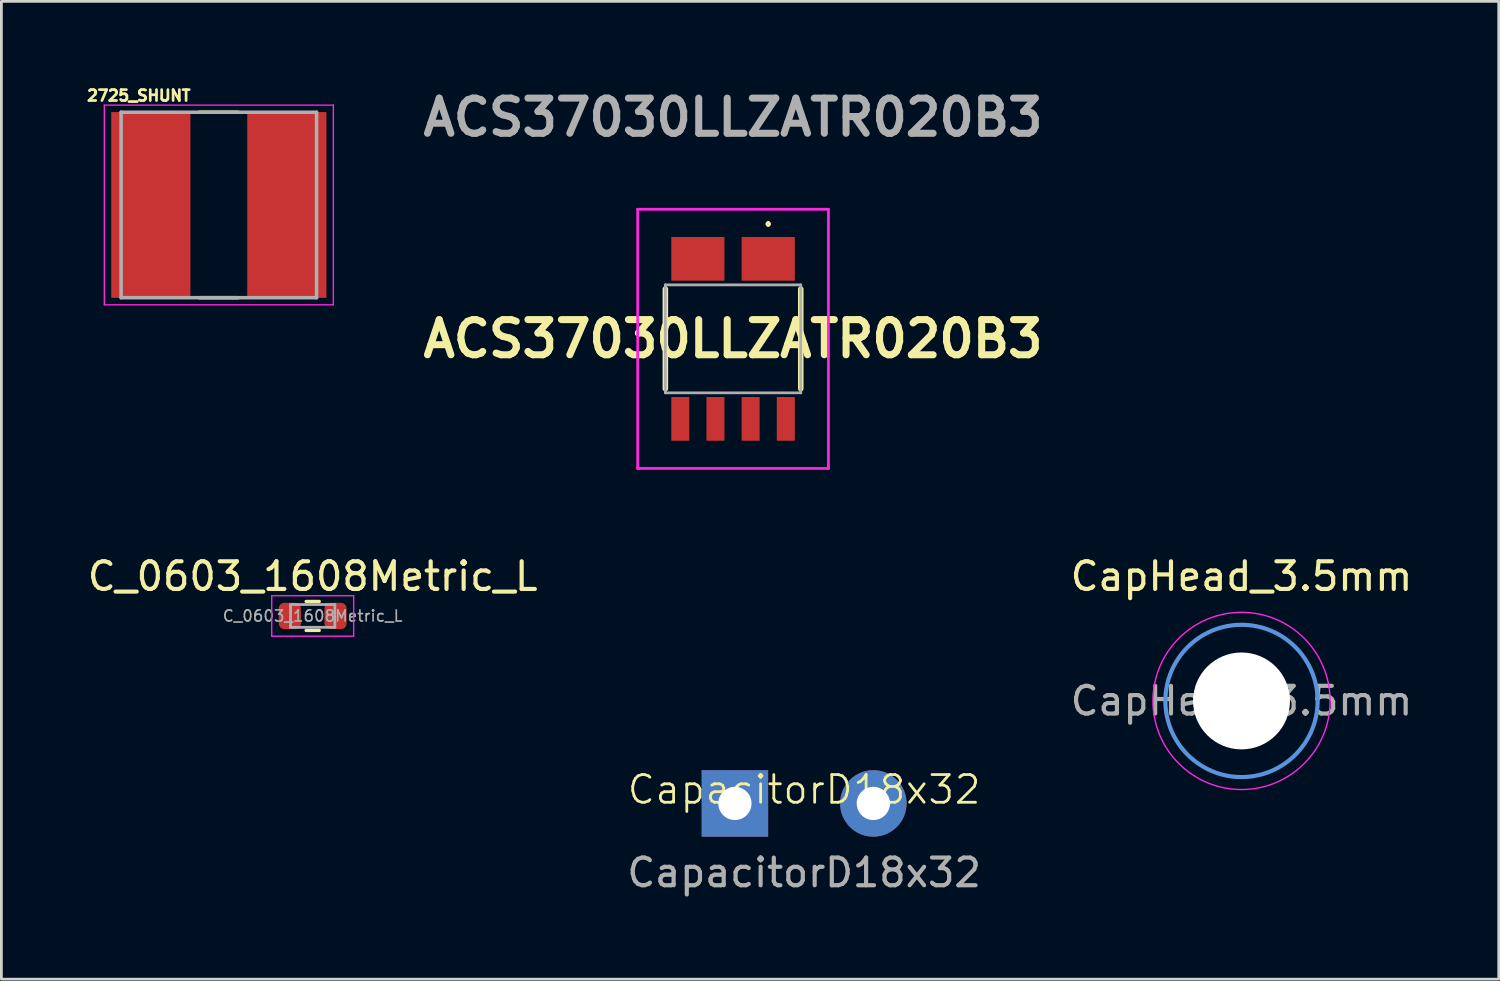
<source format=kicad_pcb>
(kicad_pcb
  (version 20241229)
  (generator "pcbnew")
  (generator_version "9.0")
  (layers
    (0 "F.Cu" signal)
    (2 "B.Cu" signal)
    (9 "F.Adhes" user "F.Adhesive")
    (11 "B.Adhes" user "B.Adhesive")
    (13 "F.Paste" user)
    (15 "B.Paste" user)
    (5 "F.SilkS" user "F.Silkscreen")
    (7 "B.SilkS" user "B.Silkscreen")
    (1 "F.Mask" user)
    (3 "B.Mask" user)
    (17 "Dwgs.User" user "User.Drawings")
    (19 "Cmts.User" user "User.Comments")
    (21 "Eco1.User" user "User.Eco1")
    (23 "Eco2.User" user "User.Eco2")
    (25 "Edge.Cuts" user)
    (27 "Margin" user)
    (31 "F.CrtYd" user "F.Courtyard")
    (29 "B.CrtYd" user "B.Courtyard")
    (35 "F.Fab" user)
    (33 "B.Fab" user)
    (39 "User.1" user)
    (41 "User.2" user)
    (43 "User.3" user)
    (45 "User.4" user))
  (footprint "ACS37030LLZATR020B3"
    (layer "F.Cu")
    (at 23.427 9.189)
    (property "Reference" "ACS37030LLZATR020B3" (at 0 0 0) (layer "F.SilkS") (effects (font (size 1.27 1.27) (thickness 0.254))))
    (attr smd)
    (fp_line (start -2.445 -1.8) (end -2.445 1.8) (stroke (width 0.2) (type solid)) (layer "F.SilkS"))
    (fp_line (start 1.27 -4.2) (end 1.27 -4.2) (stroke (width 0.1) (type solid)) (layer "F.SilkS"))
    (fp_line (start 1.27 -4.1) (end 1.27 -4.1) (stroke (width 0.1) (type solid)) (layer "F.SilkS"))
    (fp_line (start 2.445 -1.8) (end 2.445 1.8) (stroke (width 0.2) (type solid)) (layer "F.SilkS"))
    (fp_arc (start 1.27 -4.2) (mid 1.32 -4.15) (end 1.27 -4.1) (stroke (width 0.1) (type solid)) (layer "F.SilkS"))
    (fp_arc (start 1.27 -4.1) (mid 1.22 -4.15) (end 1.27 -4.2) (stroke (width 0.1) (type solid)) (layer "F.SilkS"))
    (fp_line (start -3.445 -4.68) (end 3.445 -4.68) (stroke (width 0.1) (type solid)) (layer "F.CrtYd"))
    (fp_line (start -3.445 4.68) (end -3.445 -4.68) (stroke (width 0.1) (type solid)) (layer "F.CrtYd"))
    (fp_line (start 3.445 -4.68) (end 3.445 4.68) (stroke (width 0.1) (type solid)) (layer "F.CrtYd"))
    (fp_line (start 3.445 4.68) (end -3.445 4.68) (stroke (width 0.1) (type solid)) (layer "F.CrtYd"))
    (fp_line (start -2.445 -1.95) (end 2.445 -1.95) (stroke (width 0.1) (type solid)) (layer "F.Fab"))
    (fp_line (start -2.445 1.95) (end -2.445 -1.95) (stroke (width 0.1) (type solid)) (layer "F.Fab"))
    (fp_line (start 2.445 -1.95) (end 2.445 1.95) (stroke (width 0.1) (type solid)) (layer "F.Fab"))
    (fp_line (start 2.445 1.95) (end -2.445 1.95) (stroke (width 0.1) (type solid)) (layer "F.Fab"))
    (fp_text user "${REFERENCE}" (at 0 -8 0) (layer "F.Fab") (effects (font (size 1.27 1.27) (thickness 0.254))))
    (pad "1" smd rect (at 1.27 -2.89 90) (size 1.58 1.92) (layers "F.Cu" "F.Mask" "F.Paste"))
    (pad "2" smd rect (at -1.27 -2.89 90) (size 1.58 1.92) (layers "F.Cu" "F.Mask" "F.Paste"))
    (pad "3" smd rect (at -1.905 2.89) (size 0.65 1.58) (layers "F.Cu" "F.Mask" "F.Paste"))
    (pad "4" smd rect (at -0.635 2.89) (size 0.65 1.58) (layers "F.Cu" "F.Mask" "F.Paste"))
    (pad "5" smd rect (at 0.635 2.89) (size 0.65 1.58) (layers "F.Cu" "F.Mask" "F.Paste"))
    (pad "6" smd rect (at 1.905 2.89) (size 0.65 1.58) (layers "F.Cu" "F.Mask" "F.Paste")))
  (footprint "CapHead_3.5mm"
    (layer "F.Cu")
    (at 41.792 22.267)
    (property "Reference" "CapHead_3.5mm" (at 0 -4.5 0) (layer "F.SilkS") (effects (font (size 1 1) (thickness 0.15))))
    (attr exclude_from_pos_files exclude_from_bom)
    (fp_circle (center 0 0) (end 2.75 0) (stroke (width 0.15) (type solid)) (fill no) (layer "Cmts.User"))
    (fp_circle (center 0 0) (end 3.2 0) (stroke (width 0.05) (type solid)) (fill no) (layer "F.CrtYd"))
    (fp_text user "${REFERENCE}" (at 0 0 0) (layer "F.Fab") (effects (font (size 1 1) (thickness 0.15))))
    (pad "" np_thru_hole circle (at 0 0) (size 3.5 3.5) (drill 3.5) (layers "*.Cu" "*.Mask")))
  (footprint "CapacitorD18x32"
    (layer "F.Cu")
    (at 25.994 25.969)
    (property "Reference" "CapacitorD18x32" (at 0 -0.5 0) (unlocked yes) (layer "F.SilkS") (effects (font (size 1 1) (thickness 0.1))))
    (attr smd)
    (fp_line (start -2.5 -9) (end -2.5 0) (stroke (width 0.1) (type default)) (layer "User.8"))
    (fp_line (start -2.5 0) (end 2.5 0) (stroke (width 0.1) (type default)) (layer "User.8"))
    (fp_line (start 2.5 -9) (end -2.5 -9) (stroke (width 0.1) (type default)) (layer "User.8"))
    (fp_line (start 2.5 0) (end 2.5 -9) (stroke (width 0.1) (type default)) (layer "User.8"))
    (fp_text user "${REFERENCE}" (at 0 2.5 0) (unlocked yes) (layer "F.Fab") (effects (font (size 1 1) (thickness 0.15))))
    (pad "1" thru_hole circle (at 2.5 0) (size 2.4 2.4) (drill 1.2) (layers "*.Cu" "*.Mask"))
    (pad "2" thru_hole rect (at -2.5 0) (size 2.4 2.4) (drill 1.2) (layers "*.Cu" "*.Mask")))
  (footprint "2725_SHUNT"
    (layer "F.Cu")
    (at 4.854 4.353)
    (property "Reference" "2725_SHUNT" (at -2.89 -3.95 0) (layer "F.SilkS") (effects (font (size 0.394 0.394) (thickness 0.15))))
    (attr smd)
    (fp_line (start -0.7 -3.35) (end 0.7 -3.35) (stroke (width 0.127) (type solid)) (layer "F.SilkS"))
    (fp_line (start -0.7 3.35) (end 0.7 3.35) (stroke (width 0.127) (type solid)) (layer "F.SilkS"))
    (fp_line (start -4.136 -3.606) (end 4.136 -3.606) (stroke (width 0.05) (type solid)) (layer "F.CrtYd"))
    (fp_line (start -4.136 3.606) (end -4.136 -3.606) (stroke (width 0.05) (type solid)) (layer "F.CrtYd"))
    (fp_line (start -4.136 3.606) (end 4.136 3.606) (stroke (width 0.05) (type solid)) (layer "F.CrtYd"))
    (fp_line (start 4.136 3.606) (end 4.136 -3.606) (stroke (width 0.05) (type solid)) (layer "F.CrtYd"))
    (fp_line (start -3.53 3.35) (end -3.53 -3.35) (stroke (width 0.127) (type solid)) (layer "F.Fab"))
    (fp_line (start 3.53 -3.35) (end -3.53 -3.35) (stroke (width 0.127) (type solid)) (layer "F.Fab"))
    (fp_line (start 3.53 3.35) (end -3.53 3.35) (stroke (width 0.127) (type solid)) (layer "F.Fab"))
    (fp_line (start 3.53 3.35) (end 3.53 -3.35) (stroke (width 0.127) (type solid)) (layer "F.Fab"))
    (pad "1" smd rect (at -2.456 0) (size 2.86 6.71) (layers "F.Cu" "F.Mask" "F.Paste"))
    (pad "2" smd rect (at 2.456 0) (size 2.86 6.71) (layers "F.Cu" "F.Mask" "F.Paste")))
  (footprint "C_0603_1608Metric_L"
    (layer "F.Cu")
    (at 8.244 19.197)
    (property "Reference" "C_0603_1608Metric_L" (at 0 -1.43 0) (layer "F.SilkS") (effects (font (size 1 1) (thickness 0.15))))
    (attr smd)
    (fp_line (start -0.237 -0.522) (end 0.237 -0.522) (stroke (width 0.12) (type solid)) (layer "F.SilkS"))
    (fp_line (start -0.237 0.522) (end 0.237 0.522) (stroke (width 0.12) (type solid)) (layer "F.SilkS"))
    (fp_line (start -1.48 -0.73) (end 1.48 -0.73) (stroke (width 0.05) (type solid)) (layer "F.CrtYd"))
    (fp_line (start -1.48 0.73) (end -1.48 -0.73) (stroke (width 0.05) (type solid)) (layer "F.CrtYd"))
    (fp_line (start 1.48 -0.73) (end 1.48 0.73) (stroke (width 0.05) (type solid)) (layer "F.CrtYd"))
    (fp_line (start 1.48 0.73) (end -1.48 0.73) (stroke (width 0.05) (type solid)) (layer "F.CrtYd"))
    (fp_line (start -0.8 -0.412) (end 0.8 -0.412) (stroke (width 0.1) (type solid)) (layer "F.Fab"))
    (fp_line (start -0.8 0.412) (end -0.8 -0.412) (stroke (width 0.1) (type solid)) (layer "F.Fab"))
    (fp_line (start 0.8 -0.412) (end 0.8 0.412) (stroke (width 0.1) (type solid)) (layer "F.Fab"))
    (fp_line (start 0.8 0.412) (end -0.8 0.412) (stroke (width 0.1) (type solid)) (layer "F.Fab"))
    (fp_text user "${REFERENCE}" (at 0 0 0) (layer "F.Fab") (effects (font (size 0.4 0.4) (thickness 0.06))))
    (pad "1" smd roundrect (at -0.825 0) (size 0.8 0.95) (layers "F.Cu" "F.Mask" "F.Paste") (roundrect_rratio 0.25))
    (pad "2" smd roundrect (at 0.825 0) (size 0.8 0.95) (layers "F.Cu" "F.Mask" "F.Paste") (roundrect_rratio 0.25)))
  (gr_rect
    (start -3 -3)
    (end 51.083 32.317)
    (stroke (width 0.1) (type default))
    (fill no)
    (layer "Edge.Cuts")))
</source>
